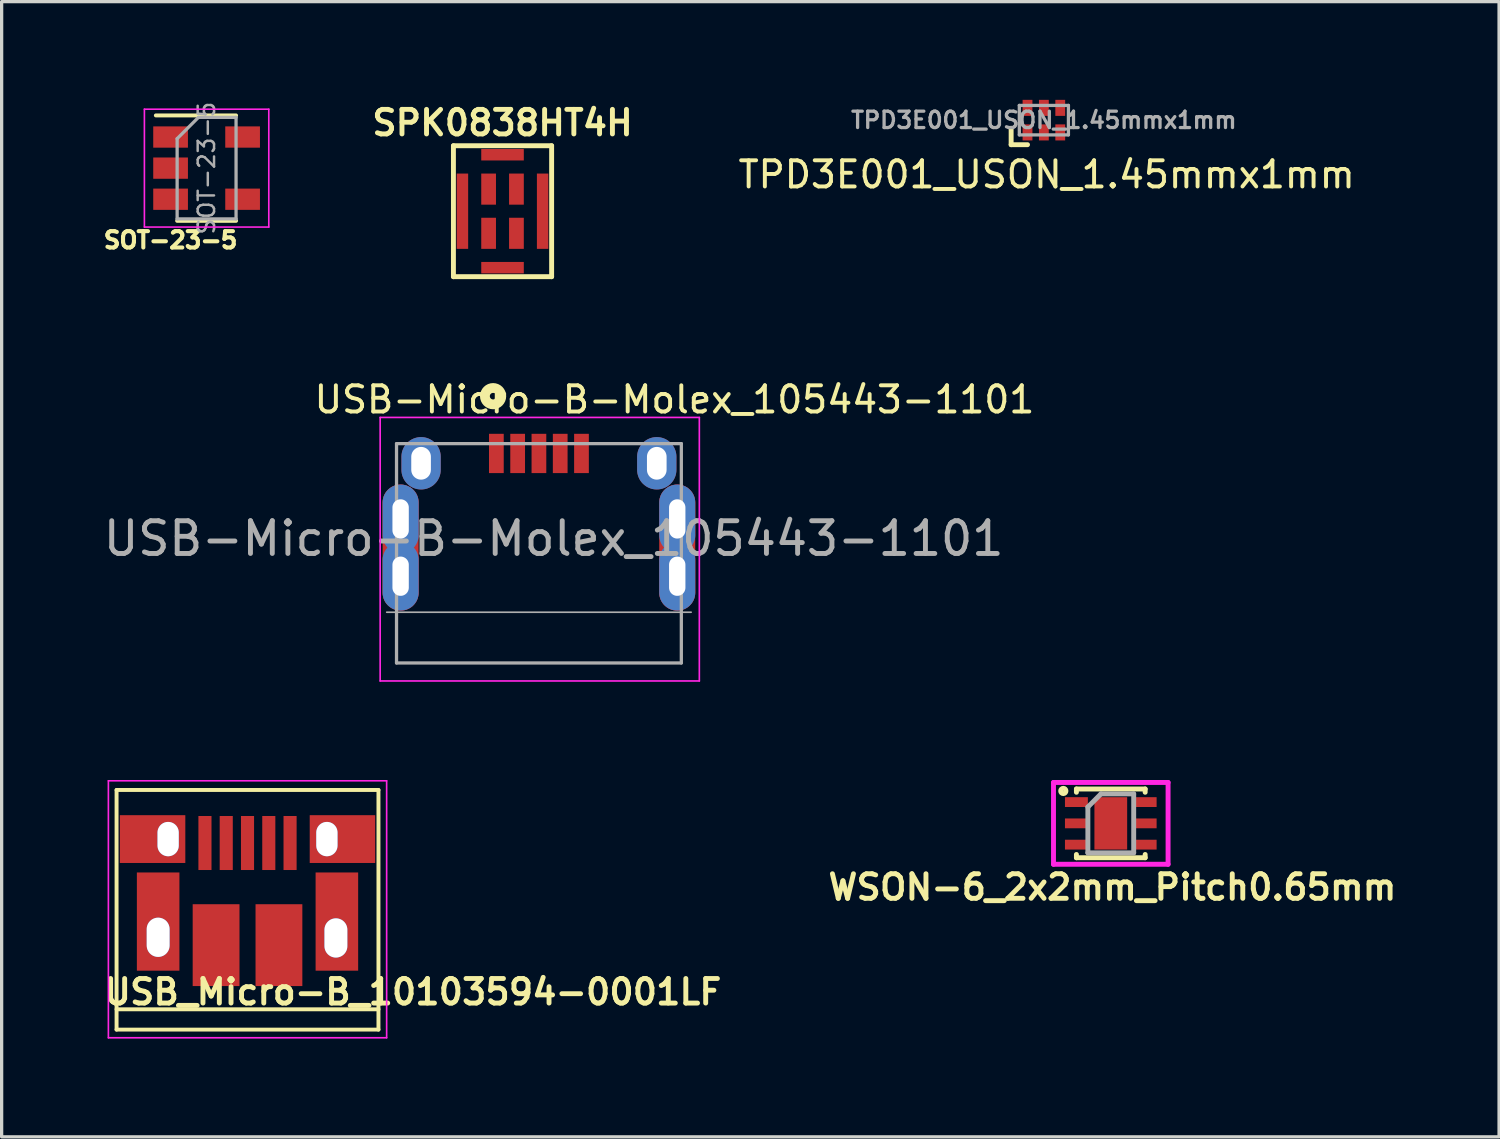
<source format=kicad_pcb>
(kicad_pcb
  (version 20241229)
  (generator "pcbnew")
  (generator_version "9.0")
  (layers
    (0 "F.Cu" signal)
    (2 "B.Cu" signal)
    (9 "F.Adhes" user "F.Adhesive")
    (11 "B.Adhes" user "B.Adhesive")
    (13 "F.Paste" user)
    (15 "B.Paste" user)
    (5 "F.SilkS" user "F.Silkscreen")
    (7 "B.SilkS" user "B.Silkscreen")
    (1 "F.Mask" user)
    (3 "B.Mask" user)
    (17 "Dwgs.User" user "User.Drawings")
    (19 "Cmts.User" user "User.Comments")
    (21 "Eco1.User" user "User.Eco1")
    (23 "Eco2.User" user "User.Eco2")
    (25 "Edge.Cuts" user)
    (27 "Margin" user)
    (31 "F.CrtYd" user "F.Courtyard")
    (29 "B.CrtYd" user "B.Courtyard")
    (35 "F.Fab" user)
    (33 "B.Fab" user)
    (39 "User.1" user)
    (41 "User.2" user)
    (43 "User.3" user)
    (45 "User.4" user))
  (footprint "USB_Micro-B_10103594-0001LF"
    (layer "F.Cu")
    (at 4.511 24.202)
    (property "Reference" "USB_Micro-B_10103594-0001LF" (at 5.05 3.05 0) (layer "F.SilkS") (effects (font (size 0.75 0.75) (thickness 0.15))))
    (attr smd)
    (fp_line (start -4 -3.12) (end 4 -3.12) (stroke (width 0.12) (type solid)) (layer "F.SilkS"))
    (fp_line (start -4 4.2) (end -4 -3.12) (stroke (width 0.12) (type solid)) (layer "F.SilkS"))
    (fp_line (start -4 4.2) (end 4 4.2) (stroke (width 0.12) (type solid)) (layer "F.SilkS"))
    (fp_line (start 4 -3.12) (end 4 4.2) (stroke (width 0.12) (type solid)) (layer "F.SilkS"))
    (fp_line (start 4 3.58) (end -4 3.58) (stroke (width 0.12) (type solid)) (layer "F.SilkS"))
    (fp_line (start -4.25 -3.4) (end 4.25 -3.4) (stroke (width 0.05) (type solid)) (layer "F.CrtYd"))
    (fp_line (start -4.25 4.45) (end -4.25 -3.4) (stroke (width 0.05) (type solid)) (layer "F.CrtYd"))
    (fp_line (start 4.25 -3.4) (end 4.25 4.45) (stroke (width 0.05) (type solid)) (layer "F.CrtYd"))
    (fp_line (start 4.25 4.45) (end -4.25 4.45) (stroke (width 0.05) (type solid)) (layer "F.CrtYd"))
    (pad "" smd rect (at -2.9 -1.62) (size 2 1.46) (layers "F.Cu" "F.Mask" "F.Paste"))
    (pad "" smd rect (at -2.73 0.9 90) (size 3 1.3) (layers "F.Cu" "F.Mask" "F.Paste"))
    (pad "" thru_hole oval (at -2.73 1.38 90) (size 1.2 0.7) (drill oval 1.2 0.7) (layers "*.Cu" "*.Mask"))
    (pad "" thru_hole oval (at -2.425 -1.62 90) (size 1.05 0.65) (drill oval 1.05 0.65) (layers "*.Cu" "*.Mask"))
    (pad "" thru_hole oval (at 2.425 -1.62 90) (size 1.05 0.65) (drill oval 1.05 0.65) (layers "*.Cu" "*.Mask"))
    (pad "" thru_hole oval (at 2.7 1.4 90) (size 1.2 0.7) (drill oval 1.2 0.7) (layers "*.Cu" "*.Mask"))
    (pad "" smd rect (at 2.73 0.9 90) (size 3 1.3) (layers "F.Cu" "F.Mask" "F.Paste"))
    (pad "" smd rect (at 2.9 -1.62) (size 2 1.46) (layers "F.Cu" "F.Mask" "F.Paste"))
    (pad "1" smd rect (at -1.3 -1.5 90) (size 1.65 0.4) (layers "F.Cu" "F.Mask" "F.Paste"))
    (pad "2" smd rect (at -0.65 -1.5 90) (size 1.65 0.4) (layers "F.Cu" "F.Mask" "F.Paste"))
    (pad "3" smd rect (at 0 -1.5 90) (size 1.65 0.4) (layers "F.Cu" "F.Mask" "F.Paste"))
    (pad "4" smd rect (at 0.65 -1.5 90) (size 1.65 0.4) (layers "F.Cu" "F.Mask" "F.Paste"))
    (pad "5" smd rect (at 1.3 -1.5 90) (size 1.65 0.4) (layers "F.Cu" "F.Mask" "F.Paste"))
    (pad "6" smd rect (at -0.96 1.62 90) (size 2.5 1.43) (layers "F.Cu" "F.Mask" "F.Paste"))
    (pad "6" smd rect (at 0.96 1.62 90) (size 2.5 1.43) (layers "F.Cu" "F.Mask" "F.Paste")))
  (footprint "WSON-6_2x2mm_Pitch0.65mm"
    (layer "F.Cu")
    (at 30.882 22.102)
    (property "Reference" "WSON-6_2x2mm_Pitch0.65mm" (at 0.05 1.95 0) (layer "F.SilkS") (effects (font (size 0.75 0.75) (thickness 0.15))))
    (attr through_hole)
    (fp_line (start -1.05 -1.05) (end -1.05 -0.95) (stroke (width 0.15) (type solid)) (layer "F.SilkS"))
    (fp_line (start -1.05 1.05) (end -1.05 0.95) (stroke (width 0.15) (type solid)) (layer "F.SilkS"))
    (fp_line (start -1.05 1.05) (end 1.05 1.05) (stroke (width 0.15) (type solid)) (layer "F.SilkS"))
    (fp_line (start 1.05 -1.05) (end -1.05 -1.05) (stroke (width 0.15) (type solid)) (layer "F.SilkS"))
    (fp_line (start 1.05 -1.05) (end 1.05 -0.95) (stroke (width 0.15) (type solid)) (layer "F.SilkS"))
    (fp_line (start 1.05 1.05) (end 1.05 0.95) (stroke (width 0.15) (type solid)) (layer "F.SilkS"))
    (fp_circle (center -1.45 -0.99) (end -1.38 -0.95) (stroke (width 0.15) (type solid)) (fill no) (layer "F.SilkS"))
    (fp_line (start -1.75 -1.25) (end -1.75 1.25) (stroke (width 0.15) (type solid)) (layer "F.CrtYd"))
    (fp_line (start -1.75 1.25) (end 1.75 1.25) (stroke (width 0.15) (type solid)) (layer "F.CrtYd"))
    (fp_line (start 1.75 -1.25) (end -1.75 -1.25) (stroke (width 0.15) (type solid)) (layer "F.CrtYd"))
    (fp_line (start 1.75 1.25) (end 1.75 -1.25) (stroke (width 0.15) (type solid)) (layer "F.CrtYd"))
    (fp_line (start -0.7 -0.5) (end -0.3 -0.9) (stroke (width 0.15) (type solid)) (layer "F.Fab"))
    (fp_line (start -0.7 0.9) (end -0.7 -0.5) (stroke (width 0.15) (type solid)) (layer "F.Fab"))
    (fp_line (start -0.3 -0.9) (end 0.7 -0.9) (stroke (width 0.15) (type solid)) (layer "F.Fab"))
    (fp_line (start 0.7 -0.9) (end 0.7 0.9) (stroke (width 0.15) (type solid)) (layer "F.Fab"))
    (fp_line (start 0.7 0.9) (end -0.7 0.9) (stroke (width 0.15) (type solid)) (layer "F.Fab"))
    (pad "1" smd rect (at -1.05 -0.65 270) (size 0.3 0.7) (layers "F.Cu" "F.Mask" "F.Paste"))
    (pad "2" smd rect (at -1.05 0 270) (size 0.3 0.7) (layers "F.Cu" "F.Mask" "F.Paste"))
    (pad "3" smd rect (at -1.05 0.65 270) (size 0.3 0.7) (layers "F.Cu" "F.Mask" "F.Paste"))
    (pad "4" smd rect (at 1.05 0.65 270) (size 0.3 0.7) (layers "F.Cu" "F.Mask" "F.Paste"))
    (pad "5" smd rect (at 1.05 0 270) (size 0.3 0.7) (layers "F.Cu" "F.Mask" "F.Paste"))
    (pad "6" smd rect (at 1.05 -0.65 270) (size 0.3 0.7) (layers "F.Cu" "F.Mask" "F.Paste"))
    (pad "7" smd rect (at 0 0 270) (size 1.6 1) (layers "F.Cu" "F.Mask" "F.Paste")))
  (footprint "TPD3E001_USON_1.45mmx1mm"
    (layer "F.Cu")
    (at 28.838 0.62)
    (property "Reference" "TPD3E001_USON_1.45mmx1mm" (at 0.086 1.662 0) (layer "F.SilkS") (effects (font (size 0.8 0.8) (thickness 0.12))))
    (attr smd)
    (fp_line (start -1 0.25) (end -1 0.75) (stroke (width 0.15) (type solid)) (layer "F.SilkS"))
    (fp_line (start -1 0.75) (end -0.5 0.75) (stroke (width 0.15) (type solid)) (layer "F.SilkS"))
    (fp_line (start -0.75 -0.45) (end -0.75 0.45) (stroke (width 0.1) (type solid)) (layer "F.Fab"))
    (fp_line (start -0.75 -0.45) (end 0.75 -0.45) (stroke (width 0.1) (type solid)) (layer "F.Fab"))
    (fp_line (start -0.75 0.45) (end 0.75 0.45) (stroke (width 0.1) (type solid)) (layer "F.Fab"))
    (fp_line (start 0.75 -0.45) (end 0.75 0.45) (stroke (width 0.1) (type solid)) (layer "F.Fab"))
    (fp_text user "${REFERENCE}" (at 0 0 0) (layer "F.Fab") (effects (font (size 0.5 0.5) (thickness 0.1))))
    (pad "1" smd rect (at -0.5 0.375) (size 0.3 0.49) (layers "F.Cu" "F.Mask" "F.Paste"))
    (pad "2" smd rect (at 0 0.375) (size 0.3 0.49) (layers "F.Cu" "F.Mask" "F.Paste"))
    (pad "3" smd rect (at 0.5 0.375) (size 0.3 0.49) (layers "F.Cu" "F.Mask" "F.Paste"))
    (pad "4" smd rect (at 0.5 -0.375) (size 0.3 0.49) (layers "F.Cu" "F.Mask" "F.Paste"))
    (pad "5" smd rect (at 0 -0.375) (size 0.3 0.49) (layers "F.Cu" "F.Mask" "F.Paste"))
    (pad "6" smd rect (at -0.5 -0.375) (size 0.3 0.49) (layers "F.Cu" "F.Mask" "F.Paste")))
  (footprint "USB-Micro-B-Molex_105443-1101"
    (layer "F.Cu")
    (at 13.413 13.002)
    (property "Reference" "USB-Micro-B-Molex_105443-1101" (at 4.14 -3.846 0) (layer "F.SilkS") (effects (font (size 0.8 0.8) (thickness 0.12))))
    (attr smd)
    (fp_circle (center -1.4 -3.95) (end -1.3 -3.95) (stroke (width 0.3) (type solid)) (fill no) (layer "F.SilkS"))
    (fp_line (start -4.85 -3.3) (end -4.85 4.75) (stroke (width 0.05) (type solid)) (layer "F.CrtYd"))
    (fp_line (start -4.85 -3.3) (end 4.9 -3.3) (stroke (width 0.05) (type solid)) (layer "F.CrtYd"))
    (fp_line (start -4.85 4.75) (end 4.9 4.75) (stroke (width 0.05) (type solid)) (layer "F.CrtYd"))
    (fp_line (start 4.9 -3.3) (end 4.9 4.75) (stroke (width 0.05) (type solid)) (layer "F.CrtYd"))
    (fp_line (start -4.65 2.65) (end 4.65 2.65) (stroke (width 0.05) (type solid)) (layer "F.Fab"))
    (fp_line (start -4.35 -2.5) (end 4.35 -2.5) (stroke (width 0.1) (type solid)) (layer "F.Fab"))
    (fp_line (start -4.35 4.2) (end -4.35 -2.5) (stroke (width 0.1) (type solid)) (layer "F.Fab"))
    (fp_line (start -4.35 4.2) (end 4.35 4.2) (stroke (width 0.1) (type solid)) (layer "F.Fab"))
    (fp_line (start 4.35 -2.5) (end 4.35 4.2) (stroke (width 0.1) (type solid)) (layer "F.Fab"))
    (fp_text user "${REFERENCE}" (at 0.45 0.4 0) (layer "F.Fab") (effects (font (size 1 1) (thickness 0.15))))
    (pad "1" smd rect (at -1.3 -2.2 90) (size 1.2 0.45) (layers "F.Cu" "F.Mask" "F.Paste"))
    (pad "2" smd rect (at -0.65 -2.2 90) (size 1.2 0.45) (layers "F.Cu" "F.Mask" "F.Paste"))
    (pad "3" smd rect (at 0 -2.2 90) (size 1.2 0.45) (layers "F.Cu" "F.Mask" "F.Paste"))
    (pad "4" smd rect (at 0.65 -2.2 90) (size 1.2 0.45) (layers "F.Cu" "F.Mask" "F.Paste"))
    (pad "5" smd rect (at 1.3 -2.2 90) (size 1.2 0.45) (layers "F.Cu" "F.Mask" "F.Paste"))
    (pad "SH" thru_hole oval (at -4.225 -0.2 180) (size 1.1 2.1) (drill oval 0.5 1.2) (layers "*.Cu" "*.Mask"))
    (pad "SH" smd oval (at -4.225 0.675 180) (size 1.1 3.85) (layers "F.Cu" "F.Mask" "F.Paste"))
    (pad "SH" thru_hole oval (at -4.225 1.55 180) (size 1.1 2.1) (drill oval 0.5 1.2) (layers "*.Cu" "*.Mask"))
    (pad "SH" thru_hole oval (at -3.6 -1.9 180) (size 1.2 1.6) (drill oval 0.6 1) (layers "*.Cu" "*.Mask"))
    (pad "SH" thru_hole oval (at 3.6 -1.9 180) (size 1.2 1.6) (drill oval 0.6 1) (layers "*.Cu" "*.Mask"))
    (pad "SH" thru_hole oval (at 4.225 -0.2 180) (size 1.1 2.1) (drill oval 0.5 1.2) (layers "*.Cu" "*.Mask"))
    (pad "SH" smd oval (at 4.225 0.675 180) (size 1.1 3.85) (layers "F.Cu" "F.Mask" "F.Paste"))
    (pad "SH" thru_hole oval (at 4.225 1.55 180) (size 1.1 2.1) (drill oval 0.5 1.2) (layers "*.Cu" "*.Mask")))
  (footprint "SOT-23-5"
    (layer "F.Cu")
    (at 3.261 2.086)
    (property "Reference" "SOT-23-5" (at -1.1 2.2 0) (layer "F.SilkS") (effects (font (size 0.5 0.5) (thickness 0.125))))
    (attr smd)
    (fp_line (start -0.9 1.61) (end 0.9 1.61) (stroke (width 0.12) (type solid)) (layer "F.SilkS"))
    (fp_line (start 0.9 -1.61) (end -1.55 -1.61) (stroke (width 0.12) (type solid)) (layer "F.SilkS"))
    (fp_line (start -1.9 -1.8) (end 1.9 -1.8) (stroke (width 0.05) (type solid)) (layer "F.CrtYd"))
    (fp_line (start -1.9 1.8) (end -1.9 -1.8) (stroke (width 0.05) (type solid)) (layer "F.CrtYd"))
    (fp_line (start 1.9 -1.8) (end 1.9 1.8) (stroke (width 0.05) (type solid)) (layer "F.CrtYd"))
    (fp_line (start 1.9 1.8) (end -1.9 1.8) (stroke (width 0.05) (type solid)) (layer "F.CrtYd"))
    (fp_line (start -0.9 -0.9) (end -0.9 1.55) (stroke (width 0.1) (type solid)) (layer "F.Fab"))
    (fp_line (start -0.9 -0.9) (end -0.25 -1.55) (stroke (width 0.1) (type solid)) (layer "F.Fab"))
    (fp_line (start 0.9 -1.55) (end -0.25 -1.55) (stroke (width 0.1) (type solid)) (layer "F.Fab"))
    (fp_line (start 0.9 -1.55) (end 0.9 1.55) (stroke (width 0.1) (type solid)) (layer "F.Fab"))
    (fp_line (start 0.9 1.55) (end -0.9 1.55) (stroke (width 0.1) (type solid)) (layer "F.Fab"))
    (fp_text user "${REFERENCE}" (at 0 0 90) (layer "F.Fab") (effects (font (size 0.5 0.5) (thickness 0.075))))
    (pad "1" smd rect (at -1.1 -0.95) (size 1.06 0.65) (layers "F.Cu" "F.Mask" "F.Paste"))
    (pad "2" smd rect (at -1.1 0) (size 1.06 0.65) (layers "F.Cu" "F.Mask" "F.Paste"))
    (pad "3" smd rect (at -1.1 0.95) (size 1.06 0.65) (layers "F.Cu" "F.Mask" "F.Paste"))
    (pad "4" smd rect (at 1.1 0.95) (size 1.06 0.65) (layers "F.Cu" "F.Mask" "F.Paste"))
    (pad "5" smd rect (at 1.1 -0.95) (size 1.06 0.65) (layers "F.Cu" "F.Mask" "F.Paste")))
  (footprint "SPK0838HT4H"
    (layer "F.Cu")
    (at 12.301 3.402)
    (property "Reference" "SPK0838HT4H" (at 0 -2.7 0) (layer "F.SilkS") (effects (font (size 0.75 0.75) (thickness 0.15))))
    (attr through_hole)
    (fp_line (start -1.5 -2) (end 1.5 -2) (stroke (width 0.15) (type solid)) (layer "F.SilkS"))
    (fp_line (start -1.5 2) (end -1.5 -2) (stroke (width 0.15) (type solid)) (layer "F.SilkS"))
    (fp_line (start 1.5 -2) (end 1.5 2) (stroke (width 0.15) (type solid)) (layer "F.SilkS"))
    (fp_line (start 1.5 2) (end -1.5 2) (stroke (width 0.15) (type solid)) (layer "F.SilkS"))
    (pad "1" smd rect (at 0.425 0.675) (size 0.45 0.95) (layers "F.Cu" "F.Mask" "F.Paste"))
    (pad "2" smd rect (at 0.425 -0.675) (size 0.45 0.95) (layers "F.Cu" "F.Mask" "F.Paste"))
    (pad "3" smd rect (at -0.425 -0.675) (size 0.45 0.95) (layers "F.Cu" "F.Mask" "F.Paste"))
    (pad "4" smd rect (at -0.425 0.675) (size 0.45 0.95) (layers "F.Cu" "F.Mask" "F.Paste"))
    (pad "5" smd rect (at 0 1.725) (size 1.3 0.35) (layers "F.Cu" "F.Mask" "F.Paste"))
    (pad "6" smd rect (at 1.225 0) (size 0.35 2.3) (layers "F.Cu" "F.Mask" "F.Paste"))
    (pad "7" smd rect (at 0 -1.725) (size 1.3 0.35) (layers "F.Cu" "F.Mask" "F.Paste"))
    (pad "8" smd rect (at -1.225 0) (size 0.35 2.3) (layers "F.Cu" "F.Mask" "F.Paste")))
  (gr_rect
    (start -3 -3)
    (end 42.743 31.677)
    (stroke (width 0.1) (type default))
    (fill no)
    (layer "Edge.Cuts")))
</source>
